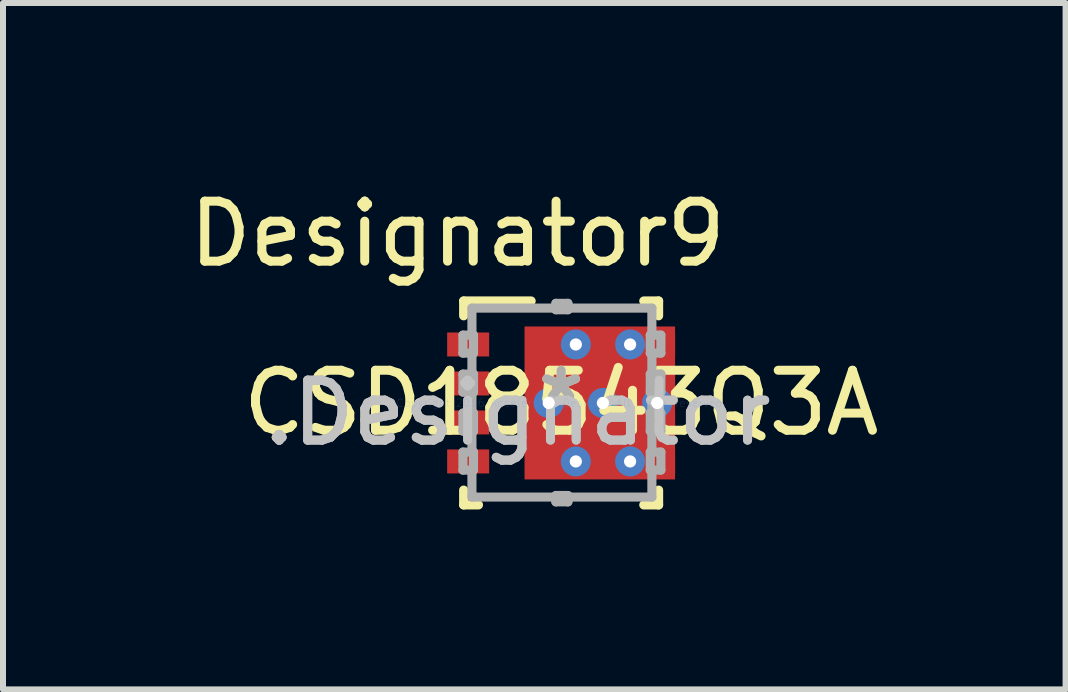
<source format=kicad_pcb>
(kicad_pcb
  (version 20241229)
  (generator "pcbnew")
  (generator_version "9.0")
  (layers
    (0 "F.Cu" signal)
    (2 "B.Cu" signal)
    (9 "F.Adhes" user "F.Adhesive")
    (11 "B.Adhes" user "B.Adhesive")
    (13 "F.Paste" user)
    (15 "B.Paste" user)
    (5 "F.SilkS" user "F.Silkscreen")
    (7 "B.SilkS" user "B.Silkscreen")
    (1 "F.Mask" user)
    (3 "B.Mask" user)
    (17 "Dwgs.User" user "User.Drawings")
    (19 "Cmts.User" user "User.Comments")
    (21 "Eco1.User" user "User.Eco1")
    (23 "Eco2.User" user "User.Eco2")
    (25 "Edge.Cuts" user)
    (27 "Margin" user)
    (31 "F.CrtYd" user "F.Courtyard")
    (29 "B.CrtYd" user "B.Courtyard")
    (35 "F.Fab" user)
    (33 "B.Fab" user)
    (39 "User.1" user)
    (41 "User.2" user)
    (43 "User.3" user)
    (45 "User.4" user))
  (footprint "CSD18543Q3A"
    (layer "F.Cu")
    (at 6.305 3.668)
    (property "Reference" "CSD18543Q3A" (at 0 0 0) (layer "F.SilkS") (effects (font (size 1 1) (thickness 0.15))))
    (attr through_hole)
    (fp_line (start -0.56 -1.172) (end -0.559 -1.182) (stroke (width 0.152) (type solid)) (layer "F.Mask"))
    (fp_line (start -0.56 1.172) (end -0.56 -1.172) (stroke (width 0.152) (type solid)) (layer "F.Mask"))
    (fp_line (start -0.559 -1.182) (end -0.556 -1.192) (stroke (width 0.152) (type solid)) (layer "F.Mask"))
    (fp_line (start -0.559 1.182) (end -0.56 1.172) (stroke (width 0.152) (type solid)) (layer "F.Mask"))
    (fp_line (start -0.556 -1.192) (end -0.551 -1.201) (stroke (width 0.152) (type solid)) (layer "F.Mask"))
    (fp_line (start -0.556 1.192) (end -0.559 1.182) (stroke (width 0.152) (type solid)) (layer "F.Mask"))
    (fp_line (start -0.551 -1.201) (end -0.544 -1.209) (stroke (width 0.152) (type solid)) (layer "F.Mask"))
    (fp_line (start -0.551 1.201) (end -0.556 1.192) (stroke (width 0.152) (type solid)) (layer "F.Mask"))
    (fp_line (start -0.544 -1.209) (end -0.536 -1.216) (stroke (width 0.152) (type solid)) (layer "F.Mask"))
    (fp_line (start -0.544 1.209) (end -0.551 1.201) (stroke (width 0.152) (type solid)) (layer "F.Mask"))
    (fp_line (start -0.536 -1.216) (end -0.527 -1.221) (stroke (width 0.152) (type solid)) (layer "F.Mask"))
    (fp_line (start -0.536 1.216) (end -0.544 1.209) (stroke (width 0.152) (type solid)) (layer "F.Mask"))
    (fp_line (start -0.527 -1.221) (end -0.517 -1.224) (stroke (width 0.152) (type solid)) (layer "F.Mask"))
    (fp_line (start -0.527 1.221) (end -0.536 1.216) (stroke (width 0.152) (type solid)) (layer "F.Mask"))
    (fp_line (start -0.517 -1.224) (end -0.507 -1.225) (stroke (width 0.152) (type solid)) (layer "F.Mask"))
    (fp_line (start -0.517 1.224) (end -0.527 1.221) (stroke (width 0.152) (type solid)) (layer "F.Mask"))
    (fp_line (start -0.507 -1.225) (end 1.162 -1.225) (stroke (width 0.152) (type solid)) (layer "F.Mask"))
    (fp_line (start -0.507 1.225) (end -0.517 1.224) (stroke (width 0.152) (type solid)) (layer "F.Mask"))
    (fp_line (start 0.925 -1.125) (end 0.925 -0.825) (stroke (width 0.152) (type solid)) (layer "F.Mask"))
    (fp_line (start 0.925 -0.825) (end 1.425 -0.825) (stroke (width 0.152) (type solid)) (layer "F.Mask"))
    (fp_line (start 0.925 -0.475) (end 0.925 -0.175) (stroke (width 0.152) (type solid)) (layer "F.Mask"))
    (fp_line (start 0.925 -0.175) (end 1.425 -0.175) (stroke (width 0.152) (type solid)) (layer "F.Mask"))
    (fp_line (start 0.925 0.175) (end 0.925 0.475) (stroke (width 0.152) (type solid)) (layer "F.Mask"))
    (fp_line (start 0.925 0.475) (end 1.425 0.475) (stroke (width 0.152) (type solid)) (layer "F.Mask"))
    (fp_line (start 0.925 0.825) (end 0.925 1.125) (stroke (width 0.152) (type solid)) (layer "F.Mask"))
    (fp_line (start 0.925 1.125) (end 1.425 1.125) (stroke (width 0.152) (type solid)) (layer "F.Mask"))
    (fp_line (start 1.162 -1.225) (end 1.172 -1.224) (stroke (width 0.152) (type solid)) (layer "F.Mask"))
    (fp_line (start 1.162 1.225) (end -0.507 1.225) (stroke (width 0.152) (type solid)) (layer "F.Mask"))
    (fp_line (start 1.172 -1.224) (end 1.182 -1.221) (stroke (width 0.152) (type solid)) (layer "F.Mask"))
    (fp_line (start 1.172 1.224) (end 1.162 1.225) (stroke (width 0.152) (type solid)) (layer "F.Mask"))
    (fp_line (start 1.182 -1.221) (end 1.191 -1.216) (stroke (width 0.152) (type solid)) (layer "F.Mask"))
    (fp_line (start 1.182 1.221) (end 1.172 1.224) (stroke (width 0.152) (type solid)) (layer "F.Mask"))
    (fp_line (start 1.191 -1.216) (end 1.199 -1.209) (stroke (width 0.152) (type solid)) (layer "F.Mask"))
    (fp_line (start 1.191 1.216) (end 1.182 1.221) (stroke (width 0.152) (type solid)) (layer "F.Mask"))
    (fp_line (start 1.199 -1.209) (end 1.206 -1.201) (stroke (width 0.152) (type solid)) (layer "F.Mask"))
    (fp_line (start 1.199 1.209) (end 1.191 1.216) (stroke (width 0.152) (type solid)) (layer "F.Mask"))
    (fp_line (start 1.206 -1.201) (end 1.211 -1.192) (stroke (width 0.152) (type solid)) (layer "F.Mask"))
    (fp_line (start 1.206 1.201) (end 1.199 1.209) (stroke (width 0.152) (type solid)) (layer "F.Mask"))
    (fp_line (start 1.211 -1.192) (end 1.214 -1.182) (stroke (width 0.152) (type solid)) (layer "F.Mask"))
    (fp_line (start 1.211 1.192) (end 1.206 1.201) (stroke (width 0.152) (type solid)) (layer "F.Mask"))
    (fp_line (start 1.214 -1.182) (end 1.215 -1.172) (stroke (width 0.152) (type solid)) (layer "F.Mask"))
    (fp_line (start 1.214 1.182) (end 1.211 1.192) (stroke (width 0.152) (type solid)) (layer "F.Mask"))
    (fp_line (start 1.215 -1.172) (end 1.215 1.172) (stroke (width 0.152) (type solid)) (layer "F.Mask"))
    (fp_line (start 1.215 1.172) (end 1.214 1.182) (stroke (width 0.152) (type solid)) (layer "F.Mask"))
    (fp_line (start 1.425 -1.125) (end 0.925 -1.125) (stroke (width 0.152) (type solid)) (layer "F.Mask"))
    (fp_line (start 1.425 -0.825) (end 1.425 -1.125) (stroke (width 0.152) (type solid)) (layer "F.Mask"))
    (fp_line (start 1.425 -0.475) (end 0.925 -0.475) (stroke (width 0.152) (type solid)) (layer "F.Mask"))
    (fp_line (start 1.425 -0.175) (end 1.425 -0.475) (stroke (width 0.152) (type solid)) (layer "F.Mask"))
    (fp_line (start 1.425 0.175) (end 0.925 0.175) (stroke (width 0.152) (type solid)) (layer "F.Mask"))
    (fp_line (start 1.425 0.475) (end 1.425 0.175) (stroke (width 0.152) (type solid)) (layer "F.Mask"))
    (fp_line (start 1.425 0.825) (end 0.925 0.825) (stroke (width 0.152) (type solid)) (layer "F.Mask"))
    (fp_line (start 1.425 1.125) (end 1.425 0.825) (stroke (width 0.152) (type solid)) (layer "F.Mask"))
    (fp_line (start -1.625 -1.7) (end -0.5 -1.7) (stroke (width 0.152) (type solid)) (layer "F.SilkS"))
    (fp_line (start -1.625 -1.453) (end -1.625 -1.7) (stroke (width 0.152) (type solid)) (layer "F.SilkS"))
    (fp_line (start -1.625 1.7) (end -1.625 1.453) (stroke (width 0.152) (type solid)) (layer "F.SilkS"))
    (fp_line (start -1.625 1.7) (end -1.378 1.7) (stroke (width 0.152) (type solid)) (layer "F.SilkS"))
    (fp_line (start 1.378 -1.7) (end 1.625 -1.7) (stroke (width 0.152) (type solid)) (layer "F.SilkS"))
    (fp_line (start 1.378 1.7) (end 1.625 1.7) (stroke (width 0.152) (type solid)) (layer "F.SilkS"))
    (fp_line (start 1.625 -1.453) (end 1.625 -1.7) (stroke (width 0.152) (type solid)) (layer "F.SilkS"))
    (fp_line (start 1.625 1.7) (end 1.625 1.453) (stroke (width 0.152) (type solid)) (layer "F.SilkS"))
    (fp_line (start -0.56 -1.176) (end -0.559 -1.185) (stroke (width 0.152) (type solid)) (layer "F.Paste"))
    (fp_line (start -0.56 -0.149) (end -0.56 -1.176) (stroke (width 0.152) (type solid)) (layer "F.Paste"))
    (fp_line (start -0.56 0.149) (end -0.559 0.14) (stroke (width 0.152) (type solid)) (layer "F.Paste"))
    (fp_line (start -0.56 1.176) (end -0.56 0.149) (stroke (width 0.152) (type solid)) (layer "F.Paste"))
    (fp_line (start -0.559 -1.185) (end -0.556 -1.195) (stroke (width 0.152) (type solid)) (layer "F.Paste"))
    (fp_line (start -0.559 -0.14) (end -0.56 -0.149) (stroke (width 0.152) (type solid)) (layer "F.Paste"))
    (fp_line (start -0.559 0.14) (end -0.556 0.13) (stroke (width 0.152) (type solid)) (layer "F.Paste"))
    (fp_line (start -0.559 1.185) (end -0.56 1.176) (stroke (width 0.152) (type solid)) (layer "F.Paste"))
    (fp_line (start -0.556 -1.195) (end -0.552 -1.203) (stroke (width 0.152) (type solid)) (layer "F.Paste"))
    (fp_line (start -0.556 -0.13) (end -0.559 -0.14) (stroke (width 0.152) (type solid)) (layer "F.Paste"))
    (fp_line (start -0.556 0.13) (end -0.552 0.122) (stroke (width 0.152) (type solid)) (layer "F.Paste"))
    (fp_line (start -0.556 1.195) (end -0.559 1.185) (stroke (width 0.152) (type solid)) (layer "F.Paste"))
    (fp_line (start -0.552 -1.203) (end -0.546 -1.211) (stroke (width 0.152) (type solid)) (layer "F.Paste"))
    (fp_line (start -0.552 -0.122) (end -0.556 -0.13) (stroke (width 0.152) (type solid)) (layer "F.Paste"))
    (fp_line (start -0.552 0.122) (end -0.546 0.114) (stroke (width 0.152) (type solid)) (layer "F.Paste"))
    (fp_line (start -0.552 1.203) (end -0.556 1.195) (stroke (width 0.152) (type solid)) (layer "F.Paste"))
    (fp_line (start -0.546 -1.211) (end -0.538 -1.217) (stroke (width 0.152) (type solid)) (layer "F.Paste"))
    (fp_line (start -0.546 -0.114) (end -0.552 -0.122) (stroke (width 0.152) (type solid)) (layer "F.Paste"))
    (fp_line (start -0.546 0.114) (end -0.538 0.108) (stroke (width 0.152) (type solid)) (layer "F.Paste"))
    (fp_line (start -0.546 1.211) (end -0.552 1.203) (stroke (width 0.152) (type solid)) (layer "F.Paste"))
    (fp_line (start -0.538 -1.217) (end -0.53 -1.221) (stroke (width 0.152) (type solid)) (layer "F.Paste"))
    (fp_line (start -0.538 -0.108) (end -0.546 -0.114) (stroke (width 0.152) (type solid)) (layer "F.Paste"))
    (fp_line (start -0.538 0.108) (end -0.53 0.104) (stroke (width 0.152) (type solid)) (layer "F.Paste"))
    (fp_line (start -0.538 1.217) (end -0.546 1.211) (stroke (width 0.152) (type solid)) (layer "F.Paste"))
    (fp_line (start -0.53 -1.221) (end -0.52 -1.224) (stroke (width 0.152) (type solid)) (layer "F.Paste"))
    (fp_line (start -0.53 -0.104) (end -0.538 -0.108) (stroke (width 0.152) (type solid)) (layer "F.Paste"))
    (fp_line (start -0.53 0.104) (end -0.52 0.101) (stroke (width 0.152) (type solid)) (layer "F.Paste"))
    (fp_line (start -0.53 1.221) (end -0.538 1.217) (stroke (width 0.152) (type solid)) (layer "F.Paste"))
    (fp_line (start -0.52 -1.224) (end -0.511 -1.225) (stroke (width 0.152) (type solid)) (layer "F.Paste"))
    (fp_line (start -0.52 -0.101) (end -0.53 -0.104) (stroke (width 0.152) (type solid)) (layer "F.Paste"))
    (fp_line (start -0.52 0.101) (end -0.511 0.1) (stroke (width 0.152) (type solid)) (layer "F.Paste"))
    (fp_line (start -0.52 1.224) (end -0.53 1.221) (stroke (width 0.152) (type solid)) (layer "F.Paste"))
    (fp_line (start -0.511 -1.225) (end 0.096 -1.225) (stroke (width 0.152) (type solid)) (layer "F.Paste"))
    (fp_line (start -0.511 -0.1) (end -0.52 -0.101) (stroke (width 0.152) (type solid)) (layer "F.Paste"))
    (fp_line (start -0.511 0.1) (end 0.096 0.1) (stroke (width 0.152) (type solid)) (layer "F.Paste"))
    (fp_line (start -0.511 1.225) (end -0.52 1.224) (stroke (width 0.152) (type solid)) (layer "F.Paste"))
    (fp_line (start 0.096 -1.225) (end 0.105 -1.224) (stroke (width 0.152) (type solid)) (layer "F.Paste"))
    (fp_line (start 0.096 -0.1) (end -0.511 -0.1) (stroke (width 0.152) (type solid)) (layer "F.Paste"))
    (fp_line (start 0.096 0.1) (end 0.105 0.101) (stroke (width 0.152) (type solid)) (layer "F.Paste"))
    (fp_line (start 0.096 1.225) (end -0.511 1.225) (stroke (width 0.152) (type solid)) (layer "F.Paste"))
    (fp_line (start 0.105 -1.224) (end 0.115 -1.221) (stroke (width 0.152) (type solid)) (layer "F.Paste"))
    (fp_line (start 0.105 -0.101) (end 0.096 -0.1) (stroke (width 0.152) (type solid)) (layer "F.Paste"))
    (fp_line (start 0.105 0.101) (end 0.115 0.104) (stroke (width 0.152) (type solid)) (layer "F.Paste"))
    (fp_line (start 0.105 1.224) (end 0.096 1.225) (stroke (width 0.152) (type solid)) (layer "F.Paste"))
    (fp_line (start 0.115 -1.221) (end 0.123 -1.217) (stroke (width 0.152) (type solid)) (layer "F.Paste"))
    (fp_line (start 0.115 -0.104) (end 0.105 -0.101) (stroke (width 0.152) (type solid)) (layer "F.Paste"))
    (fp_line (start 0.115 0.104) (end 0.123 0.108) (stroke (width 0.152) (type solid)) (layer "F.Paste"))
    (fp_line (start 0.115 1.221) (end 0.105 1.224) (stroke (width 0.152) (type solid)) (layer "F.Paste"))
    (fp_line (start 0.123 -1.217) (end 0.131 -1.211) (stroke (width 0.152) (type solid)) (layer "F.Paste"))
    (fp_line (start 0.123 -0.108) (end 0.115 -0.104) (stroke (width 0.152) (type solid)) (layer "F.Paste"))
    (fp_line (start 0.123 0.108) (end 0.131 0.114) (stroke (width 0.152) (type solid)) (layer "F.Paste"))
    (fp_line (start 0.123 1.217) (end 0.115 1.221) (stroke (width 0.152) (type solid)) (layer "F.Paste"))
    (fp_line (start 0.131 -1.211) (end 0.137 -1.203) (stroke (width 0.152) (type solid)) (layer "F.Paste"))
    (fp_line (start 0.131 -0.114) (end 0.123 -0.108) (stroke (width 0.152) (type solid)) (layer "F.Paste"))
    (fp_line (start 0.131 0.114) (end 0.137 0.122) (stroke (width 0.152) (type solid)) (layer "F.Paste"))
    (fp_line (start 0.131 1.211) (end 0.123 1.217) (stroke (width 0.152) (type solid)) (layer "F.Paste"))
    (fp_line (start 0.137 -1.203) (end 0.141 -1.195) (stroke (width 0.152) (type solid)) (layer "F.Paste"))
    (fp_line (start 0.137 -0.122) (end 0.131 -0.114) (stroke (width 0.152) (type solid)) (layer "F.Paste"))
    (fp_line (start 0.137 0.122) (end 0.141 0.13) (stroke (width 0.152) (type solid)) (layer "F.Paste"))
    (fp_line (start 0.137 1.203) (end 0.131 1.211) (stroke (width 0.152) (type solid)) (layer "F.Paste"))
    (fp_line (start 0.141 -1.195) (end 0.144 -1.185) (stroke (width 0.152) (type solid)) (layer "F.Paste"))
    (fp_line (start 0.141 -0.13) (end 0.137 -0.122) (stroke (width 0.152) (type solid)) (layer "F.Paste"))
    (fp_line (start 0.141 0.13) (end 0.144 0.14) (stroke (width 0.152) (type solid)) (layer "F.Paste"))
    (fp_line (start 0.141 1.195) (end 0.137 1.203) (stroke (width 0.152) (type solid)) (layer "F.Paste"))
    (fp_line (start 0.144 -1.185) (end 0.145 -1.176) (stroke (width 0.152) (type solid)) (layer "F.Paste"))
    (fp_line (start 0.144 -0.14) (end 0.141 -0.13) (stroke (width 0.152) (type solid)) (layer "F.Paste"))
    (fp_line (start 0.144 0.14) (end 0.145 0.149) (stroke (width 0.152) (type solid)) (layer "F.Paste"))
    (fp_line (start 0.144 1.185) (end 0.141 1.195) (stroke (width 0.152) (type solid)) (layer "F.Paste"))
    (fp_line (start 0.145 -1.176) (end 0.145 -0.149) (stroke (width 0.152) (type solid)) (layer "F.Paste"))
    (fp_line (start 0.145 -0.149) (end 0.144 -0.14) (stroke (width 0.152) (type solid)) (layer "F.Paste"))
    (fp_line (start 0.145 0.149) (end 0.145 1.176) (stroke (width 0.152) (type solid)) (layer "F.Paste"))
    (fp_line (start 0.145 1.176) (end 0.144 1.185) (stroke (width 0.152) (type solid)) (layer "F.Paste"))
    (fp_line (start 0.345 -1.176) (end 0.346 -1.185) (stroke (width 0.152) (type solid)) (layer "F.Paste"))
    (fp_line (start 0.345 -0.149) (end 0.345 -1.176) (stroke (width 0.152) (type solid)) (layer "F.Paste"))
    (fp_line (start 0.345 0.149) (end 0.346 0.14) (stroke (width 0.152) (type solid)) (layer "F.Paste"))
    (fp_line (start 0.345 1.176) (end 0.345 0.149) (stroke (width 0.152) (type solid)) (layer "F.Paste"))
    (fp_line (start 0.346 -1.185) (end 0.349 -1.195) (stroke (width 0.152) (type solid)) (layer "F.Paste"))
    (fp_line (start 0.346 -0.14) (end 0.345 -0.149) (stroke (width 0.152) (type solid)) (layer "F.Paste"))
    (fp_line (start 0.346 0.14) (end 0.349 0.13) (stroke (width 0.152) (type solid)) (layer "F.Paste"))
    (fp_line (start 0.346 1.185) (end 0.345 1.176) (stroke (width 0.152) (type solid)) (layer "F.Paste"))
    (fp_line (start 0.349 -1.195) (end 0.353 -1.203) (stroke (width 0.152) (type solid)) (layer "F.Paste"))
    (fp_line (start 0.349 -0.13) (end 0.346 -0.14) (stroke (width 0.152) (type solid)) (layer "F.Paste"))
    (fp_line (start 0.349 0.13) (end 0.353 0.122) (stroke (width 0.152) (type solid)) (layer "F.Paste"))
    (fp_line (start 0.349 1.195) (end 0.346 1.185) (stroke (width 0.152) (type solid)) (layer "F.Paste"))
    (fp_line (start 0.353 -1.203) (end 0.359 -1.211) (stroke (width 0.152) (type solid)) (layer "F.Paste"))
    (fp_line (start 0.353 -0.122) (end 0.349 -0.13) (stroke (width 0.152) (type solid)) (layer "F.Paste"))
    (fp_line (start 0.353 0.122) (end 0.359 0.114) (stroke (width 0.152) (type solid)) (layer "F.Paste"))
    (fp_line (start 0.353 1.203) (end 0.349 1.195) (stroke (width 0.152) (type solid)) (layer "F.Paste"))
    (fp_line (start 0.359 -1.211) (end 0.367 -1.217) (stroke (width 0.152) (type solid)) (layer "F.Paste"))
    (fp_line (start 0.359 -0.114) (end 0.353 -0.122) (stroke (width 0.152) (type solid)) (layer "F.Paste"))
    (fp_line (start 0.359 0.114) (end 0.367 0.108) (stroke (width 0.152) (type solid)) (layer "F.Paste"))
    (fp_line (start 0.359 1.211) (end 0.353 1.203) (stroke (width 0.152) (type solid)) (layer "F.Paste"))
    (fp_line (start 0.367 -1.217) (end 0.375 -1.221) (stroke (width 0.152) (type solid)) (layer "F.Paste"))
    (fp_line (start 0.367 -0.108) (end 0.359 -0.114) (stroke (width 0.152) (type solid)) (layer "F.Paste"))
    (fp_line (start 0.367 0.108) (end 0.375 0.104) (stroke (width 0.152) (type solid)) (layer "F.Paste"))
    (fp_line (start 0.367 1.217) (end 0.359 1.211) (stroke (width 0.152) (type solid)) (layer "F.Paste"))
    (fp_line (start 0.375 -1.221) (end 0.385 -1.224) (stroke (width 0.152) (type solid)) (layer "F.Paste"))
    (fp_line (start 0.375 -0.104) (end 0.367 -0.108) (stroke (width 0.152) (type solid)) (layer "F.Paste"))
    (fp_line (start 0.375 0.104) (end 0.385 0.101) (stroke (width 0.152) (type solid)) (layer "F.Paste"))
    (fp_line (start 0.375 1.221) (end 0.367 1.217) (stroke (width 0.152) (type solid)) (layer "F.Paste"))
    (fp_line (start 0.385 -1.224) (end 0.394 -1.225) (stroke (width 0.152) (type solid)) (layer "F.Paste"))
    (fp_line (start 0.385 -0.101) (end 0.375 -0.104) (stroke (width 0.152) (type solid)) (layer "F.Paste"))
    (fp_line (start 0.385 0.101) (end 0.394 0.1) (stroke (width 0.152) (type solid)) (layer "F.Paste"))
    (fp_line (start 0.385 1.224) (end 0.375 1.221) (stroke (width 0.152) (type solid)) (layer "F.Paste"))
    (fp_line (start 0.394 -1.225) (end 1.001 -1.225) (stroke (width 0.152) (type solid)) (layer "F.Paste"))
    (fp_line (start 0.394 -0.1) (end 0.385 -0.101) (stroke (width 0.152) (type solid)) (layer "F.Paste"))
    (fp_line (start 0.394 0.1) (end 1.001 0.1) (stroke (width 0.152) (type solid)) (layer "F.Paste"))
    (fp_line (start 0.394 1.225) (end 0.385 1.224) (stroke (width 0.152) (type solid)) (layer "F.Paste"))
    (fp_line (start 1.001 -1.225) (end 1.01 -1.224) (stroke (width 0.152) (type solid)) (layer "F.Paste"))
    (fp_line (start 1.001 -0.1) (end 0.394 -0.1) (stroke (width 0.152) (type solid)) (layer "F.Paste"))
    (fp_line (start 1.001 0.1) (end 1.01 0.101) (stroke (width 0.152) (type solid)) (layer "F.Paste"))
    (fp_line (start 1.001 1.225) (end 0.394 1.225) (stroke (width 0.152) (type solid)) (layer "F.Paste"))
    (fp_line (start 1.01 -1.224) (end 1.02 -1.221) (stroke (width 0.152) (type solid)) (layer "F.Paste"))
    (fp_line (start 1.01 -0.101) (end 1.001 -0.1) (stroke (width 0.152) (type solid)) (layer "F.Paste"))
    (fp_line (start 1.01 0.101) (end 1.02 0.104) (stroke (width 0.152) (type solid)) (layer "F.Paste"))
    (fp_line (start 1.01 1.224) (end 1.001 1.225) (stroke (width 0.152) (type solid)) (layer "F.Paste"))
    (fp_line (start 1.02 -1.221) (end 1.028 -1.217) (stroke (width 0.152) (type solid)) (layer "F.Paste"))
    (fp_line (start 1.02 -0.104) (end 1.01 -0.101) (stroke (width 0.152) (type solid)) (layer "F.Paste"))
    (fp_line (start 1.02 0.104) (end 1.028 0.108) (stroke (width 0.152) (type solid)) (layer "F.Paste"))
    (fp_line (start 1.02 1.221) (end 1.01 1.224) (stroke (width 0.152) (type solid)) (layer "F.Paste"))
    (fp_line (start 1.028 -1.217) (end 1.036 -1.211) (stroke (width 0.152) (type solid)) (layer "F.Paste"))
    (fp_line (start 1.028 -0.108) (end 1.02 -0.104) (stroke (width 0.152) (type solid)) (layer "F.Paste"))
    (fp_line (start 1.028 0.108) (end 1.036 0.114) (stroke (width 0.152) (type solid)) (layer "F.Paste"))
    (fp_line (start 1.028 1.217) (end 1.02 1.221) (stroke (width 0.152) (type solid)) (layer "F.Paste"))
    (fp_line (start 1.036 -1.211) (end 1.042 -1.203) (stroke (width 0.152) (type solid)) (layer "F.Paste"))
    (fp_line (start 1.036 -0.114) (end 1.028 -0.108) (stroke (width 0.152) (type solid)) (layer "F.Paste"))
    (fp_line (start 1.036 0.114) (end 1.042 0.122) (stroke (width 0.152) (type solid)) (layer "F.Paste"))
    (fp_line (start 1.036 1.211) (end 1.028 1.217) (stroke (width 0.152) (type solid)) (layer "F.Paste"))
    (fp_line (start 1.042 -1.203) (end 1.046 -1.195) (stroke (width 0.152) (type solid)) (layer "F.Paste"))
    (fp_line (start 1.042 -0.122) (end 1.036 -0.114) (stroke (width 0.152) (type solid)) (layer "F.Paste"))
    (fp_line (start 1.042 0.122) (end 1.046 0.13) (stroke (width 0.152) (type solid)) (layer "F.Paste"))
    (fp_line (start 1.042 1.203) (end 1.036 1.211) (stroke (width 0.152) (type solid)) (layer "F.Paste"))
    (fp_line (start 1.046 -1.195) (end 1.049 -1.185) (stroke (width 0.152) (type solid)) (layer "F.Paste"))
    (fp_line (start 1.046 -0.13) (end 1.042 -0.122) (stroke (width 0.152) (type solid)) (layer "F.Paste"))
    (fp_line (start 1.046 0.13) (end 1.049 0.14) (stroke (width 0.152) (type solid)) (layer "F.Paste"))
    (fp_line (start 1.046 1.195) (end 1.042 1.203) (stroke (width 0.152) (type solid)) (layer "F.Paste"))
    (fp_line (start 1.049 -1.185) (end 1.05 -1.176) (stroke (width 0.152) (type solid)) (layer "F.Paste"))
    (fp_line (start 1.049 -0.14) (end 1.046 -0.13) (stroke (width 0.152) (type solid)) (layer "F.Paste"))
    (fp_line (start 1.049 0.14) (end 1.05 0.149) (stroke (width 0.152) (type solid)) (layer "F.Paste"))
    (fp_line (start 1.049 1.185) (end 1.046 1.195) (stroke (width 0.152) (type solid)) (layer "F.Paste"))
    (fp_line (start 1.05 -1.176) (end 1.05 -0.149) (stroke (width 0.152) (type solid)) (layer "F.Paste"))
    (fp_line (start 1.05 -0.149) (end 1.049 -0.14) (stroke (width 0.152) (type solid)) (layer "F.Paste"))
    (fp_line (start 1.05 0.149) (end 1.05 1.176) (stroke (width 0.152) (type solid)) (layer "F.Paste"))
    (fp_line (start 1.05 1.176) (end 1.049 1.185) (stroke (width 0.152) (type solid)) (layer "F.Paste"))
    (fp_line (start -1.637 -1.131) (end -1.461 -1.131) (stroke (width 0.152) (type solid)) (layer "F.Fab"))
    (fp_line (start -1.637 -0.831) (end -1.637 -1.131) (stroke (width 0.152) (type solid)) (layer "F.Fab"))
    (fp_line (start -1.637 -0.831) (end -1.461 -0.831) (stroke (width 0.152) (type solid)) (layer "F.Fab"))
    (fp_line (start -1.637 -0.481) (end -1.461 -0.481) (stroke (width 0.152) (type solid)) (layer "F.Fab"))
    (fp_line (start -1.637 -0.181) (end -1.637 -0.481) (stroke (width 0.152) (type solid)) (layer "F.Fab"))
    (fp_line (start -1.637 -0.181) (end -1.461 -0.181) (stroke (width 0.152) (type solid)) (layer "F.Fab"))
    (fp_line (start -1.637 0.169) (end -1.461 0.169) (stroke (width 0.152) (type solid)) (layer "F.Fab"))
    (fp_line (start -1.637 0.469) (end -1.637 0.169) (stroke (width 0.152) (type solid)) (layer "F.Fab"))
    (fp_line (start -1.637 0.469) (end -1.461 0.469) (stroke (width 0.152) (type solid)) (layer "F.Fab"))
    (fp_line (start -1.637 0.819) (end -1.461 0.819) (stroke (width 0.152) (type solid)) (layer "F.Fab"))
    (fp_line (start -1.637 1.119) (end -1.637 0.819) (stroke (width 0.152) (type solid)) (layer "F.Fab"))
    (fp_line (start -1.637 1.119) (end -1.461 1.119) (stroke (width 0.152) (type solid)) (layer "F.Fab"))
    (fp_line (start -1.487 -1.581) (end -0.087 -1.581) (stroke (width 0.152) (type solid)) (layer "F.Fab"))
    (fp_line (start -1.487 -1.131) (end -1.487 -1.581) (stroke (width 0.152) (type solid)) (layer "F.Fab"))
    (fp_line (start -1.487 -0.481) (end -1.487 -0.831) (stroke (width 0.152) (type solid)) (layer "F.Fab"))
    (fp_line (start -1.487 0.169) (end -1.487 -0.181) (stroke (width 0.152) (type solid)) (layer "F.Fab"))
    (fp_line (start -1.487 0.819) (end -1.487 0.469) (stroke (width 0.152) (type solid)) (layer "F.Fab"))
    (fp_line (start -1.487 1.569) (end -1.487 1.119) (stroke (width 0.152) (type solid)) (layer "F.Fab"))
    (fp_line (start -1.487 1.569) (end -0.087 1.569) (stroke (width 0.152) (type solid)) (layer "F.Fab"))
    (fp_line (start -1.461 -0.831) (end -1.461 -1.131) (stroke (width 0.152) (type solid)) (layer "F.Fab"))
    (fp_line (start -1.461 -0.181) (end -1.461 -0.481) (stroke (width 0.152) (type solid)) (layer "F.Fab"))
    (fp_line (start -1.461 0.469) (end -1.461 0.169) (stroke (width 0.152) (type solid)) (layer "F.Fab"))
    (fp_line (start -1.461 1.119) (end -1.461 0.819) (stroke (width 0.152) (type solid)) (layer "F.Fab"))
    (fp_line (start -0.087 -1.661) (end 0.113 -1.661) (stroke (width 0.152) (type solid)) (layer "F.Fab"))
    (fp_line (start -0.087 -1.554) (end -0.087 -1.661) (stroke (width 0.152) (type solid)) (layer "F.Fab"))
    (fp_line (start -0.087 -1.554) (end 0.113 -1.554) (stroke (width 0.152) (type solid)) (layer "F.Fab"))
    (fp_line (start -0.087 1.543) (end 0.113 1.543) (stroke (width 0.152) (type solid)) (layer "F.Fab"))
    (fp_line (start -0.087 1.649) (end -0.087 1.543) (stroke (width 0.152) (type solid)) (layer "F.Fab"))
    (fp_line (start -0.087 1.649) (end 0.113 1.649) (stroke (width 0.152) (type solid)) (layer "F.Fab"))
    (fp_line (start 0.113 -1.581) (end 1.513 -1.581) (stroke (width 0.152) (type solid)) (layer "F.Fab"))
    (fp_line (start 0.113 -1.554) (end 0.113 -1.661) (stroke (width 0.152) (type solid)) (layer "F.Fab"))
    (fp_line (start 0.113 1.569) (end 1.513 1.569) (stroke (width 0.152) (type solid)) (layer "F.Fab"))
    (fp_line (start 0.113 1.649) (end 0.113 1.543) (stroke (width 0.152) (type solid)) (layer "F.Fab"))
    (fp_line (start 1.486 -1.131) (end 1.663 -1.131) (stroke (width 0.152) (type solid)) (layer "F.Fab"))
    (fp_line (start 1.486 -0.831) (end 1.486 -1.131) (stroke (width 0.152) (type solid)) (layer "F.Fab"))
    (fp_line (start 1.486 -0.831) (end 1.663 -0.831) (stroke (width 0.152) (type solid)) (layer "F.Fab"))
    (fp_line (start 1.486 -0.481) (end 1.663 -0.481) (stroke (width 0.152) (type solid)) (layer "F.Fab"))
    (fp_line (start 1.486 -0.181) (end 1.486 -0.481) (stroke (width 0.152) (type solid)) (layer "F.Fab"))
    (fp_line (start 1.486 -0.181) (end 1.663 -0.181) (stroke (width 0.152) (type solid)) (layer "F.Fab"))
    (fp_line (start 1.486 0.169) (end 1.663 0.169) (stroke (width 0.152) (type solid)) (layer "F.Fab"))
    (fp_line (start 1.486 0.469) (end 1.486 0.169) (stroke (width 0.152) (type solid)) (layer "F.Fab"))
    (fp_line (start 1.486 0.469) (end 1.663 0.469) (stroke (width 0.152) (type solid)) (layer "F.Fab"))
    (fp_line (start 1.486 0.819) (end 1.663 0.819) (stroke (width 0.152) (type solid)) (layer "F.Fab"))
    (fp_line (start 1.486 1.119) (end 1.486 0.819) (stroke (width 0.152) (type solid)) (layer "F.Fab"))
    (fp_line (start 1.486 1.119) (end 1.663 1.119) (stroke (width 0.152) (type solid)) (layer "F.Fab"))
    (fp_line (start 1.513 -1.131) (end 1.513 -1.581) (stroke (width 0.152) (type solid)) (layer "F.Fab"))
    (fp_line (start 1.513 -0.481) (end 1.513 -0.831) (stroke (width 0.152) (type solid)) (layer "F.Fab"))
    (fp_line (start 1.513 0.169) (end 1.513 -0.181) (stroke (width 0.152) (type solid)) (layer "F.Fab"))
    (fp_line (start 1.513 0.819) (end 1.513 0.469) (stroke (width 0.152) (type solid)) (layer "F.Fab"))
    (fp_line (start 1.513 1.569) (end 1.513 1.119) (stroke (width 0.152) (type solid)) (layer "F.Fab"))
    (fp_line (start 1.663 -0.831) (end 1.663 -1.131) (stroke (width 0.152) (type solid)) (layer "F.Fab"))
    (fp_line (start 1.663 -0.181) (end 1.663 -0.481) (stroke (width 0.152) (type solid)) (layer "F.Fab"))
    (fp_line (start 1.663 0.469) (end 1.663 0.169) (stroke (width 0.152) (type solid)) (layer "F.Fab"))
    (fp_line (start 1.663 1.119) (end 1.663 0.819) (stroke (width 0.152) (type solid)) (layer "F.Fab"))
    (fp_text user "Designator9" (at -1.727 -2.819 0) (layer "F.SilkS") (effects (font (size 1 1) (thickness 0.15))))
    (fp_text user "*" (at 0 0 0) (layer "F.SilkS") (effects (font (size 1 1) (thickness 0.15))))
    (fp_text user ".Designator" (at -0.725 0.165 0) (layer "Dwgs.User") (effects (font (size 1 1) (thickness 0.15))))
    (fp_text user "Copyright 2016 Accelerated Designs. All rights reserved." (at 0 0 0) (layer "Cmts.User") (effects (font (size 0.127 0.127) (thickness 0.002))))
    (fp_text user "*" (at 0 0 0) (layer "F.Fab") (effects (font (size 1 1) (thickness 0.15))))
    (fp_text user ".Designator" (at -0.725 0.165 0) (layer "F.Fab") (effects (font (size 1 1) (thickness 0.15))))
    (pad "1" smd rect (at -1.55 -0.975 90) (size 0.4 0.7) (layers "F.Cu" "F.Mask" "F.Paste"))
    (pad "2" smd rect (at -1.55 -0.325 90) (size 0.4 0.7) (layers "F.Cu" "F.Mask" "F.Paste"))
    (pad "3" smd rect (at -1.55 0.325 90) (size 0.4 0.7) (layers "F.Cu" "F.Mask" "F.Paste"))
    (pad "4" smd rect (at -1.55 0.975 90) (size 0.4 0.7) (layers "F.Cu" "F.Mask" "F.Paste"))
    (pad "5" smd rect (at 1.55 0.975 90) (size 0.4 0.7) (layers "F.Cu" "F.Mask" "F.Paste"))
    (pad "6" smd rect (at 1.55 0.325 90) (size 0.4 0.7) (layers "F.Cu" "F.Mask" "F.Paste"))
    (pad "7" smd rect (at 1.55 -0.325 90) (size 0.4 0.7) (layers "F.Cu" "F.Mask" "F.Paste"))
    (pad "8" smd rect (at 1.55 -0.975 90) (size 0.4 0.7) (layers "F.Cu" "F.Mask" "F.Paste"))
    (pad "9" smd rect (at 0.645 0) (size 2.51 2.55) (layers "F.Cu" "F.Mask" "F.Paste"))
    (pad "V" thru_hole circle (at -0.207 0) (size 0.5 0.5) (drill 0.203) (layers "*.Cu" "*.Mask"))
    (pad "V" thru_hole circle (at 0.245 -0.975) (size 0.5 0.5) (drill 0.203) (layers "*.Cu" "*.Mask"))
    (pad "V" thru_hole circle (at 0.245 0.975) (size 0.5 0.5) (drill 0.203) (layers "*.Cu" "*.Mask"))
    (pad "V" thru_hole circle (at 0.697 0) (size 0.5 0.5) (drill 0.203) (layers "*.Cu" "*.Mask"))
    (pad "V" thru_hole circle (at 1.15 -0.975) (size 0.5 0.5) (drill 0.203) (layers "*.Cu" "*.Mask"))
    (pad "V" thru_hole circle (at 1.15 0.975) (size 0.5 0.5) (drill 0.203) (layers "*.Cu" "*.Mask"))
    (pad "V" thru_hole circle (at 1.602 0) (size 0.5 0.5) (drill 0.203) (layers "*.Cu" "*.Mask")))
  (gr_rect
    (start -3 -3)
    (end 14.715 8.444)
    (stroke (width 0.1) (type default))
    (fill no)
    (layer "Edge.Cuts")))
</source>
